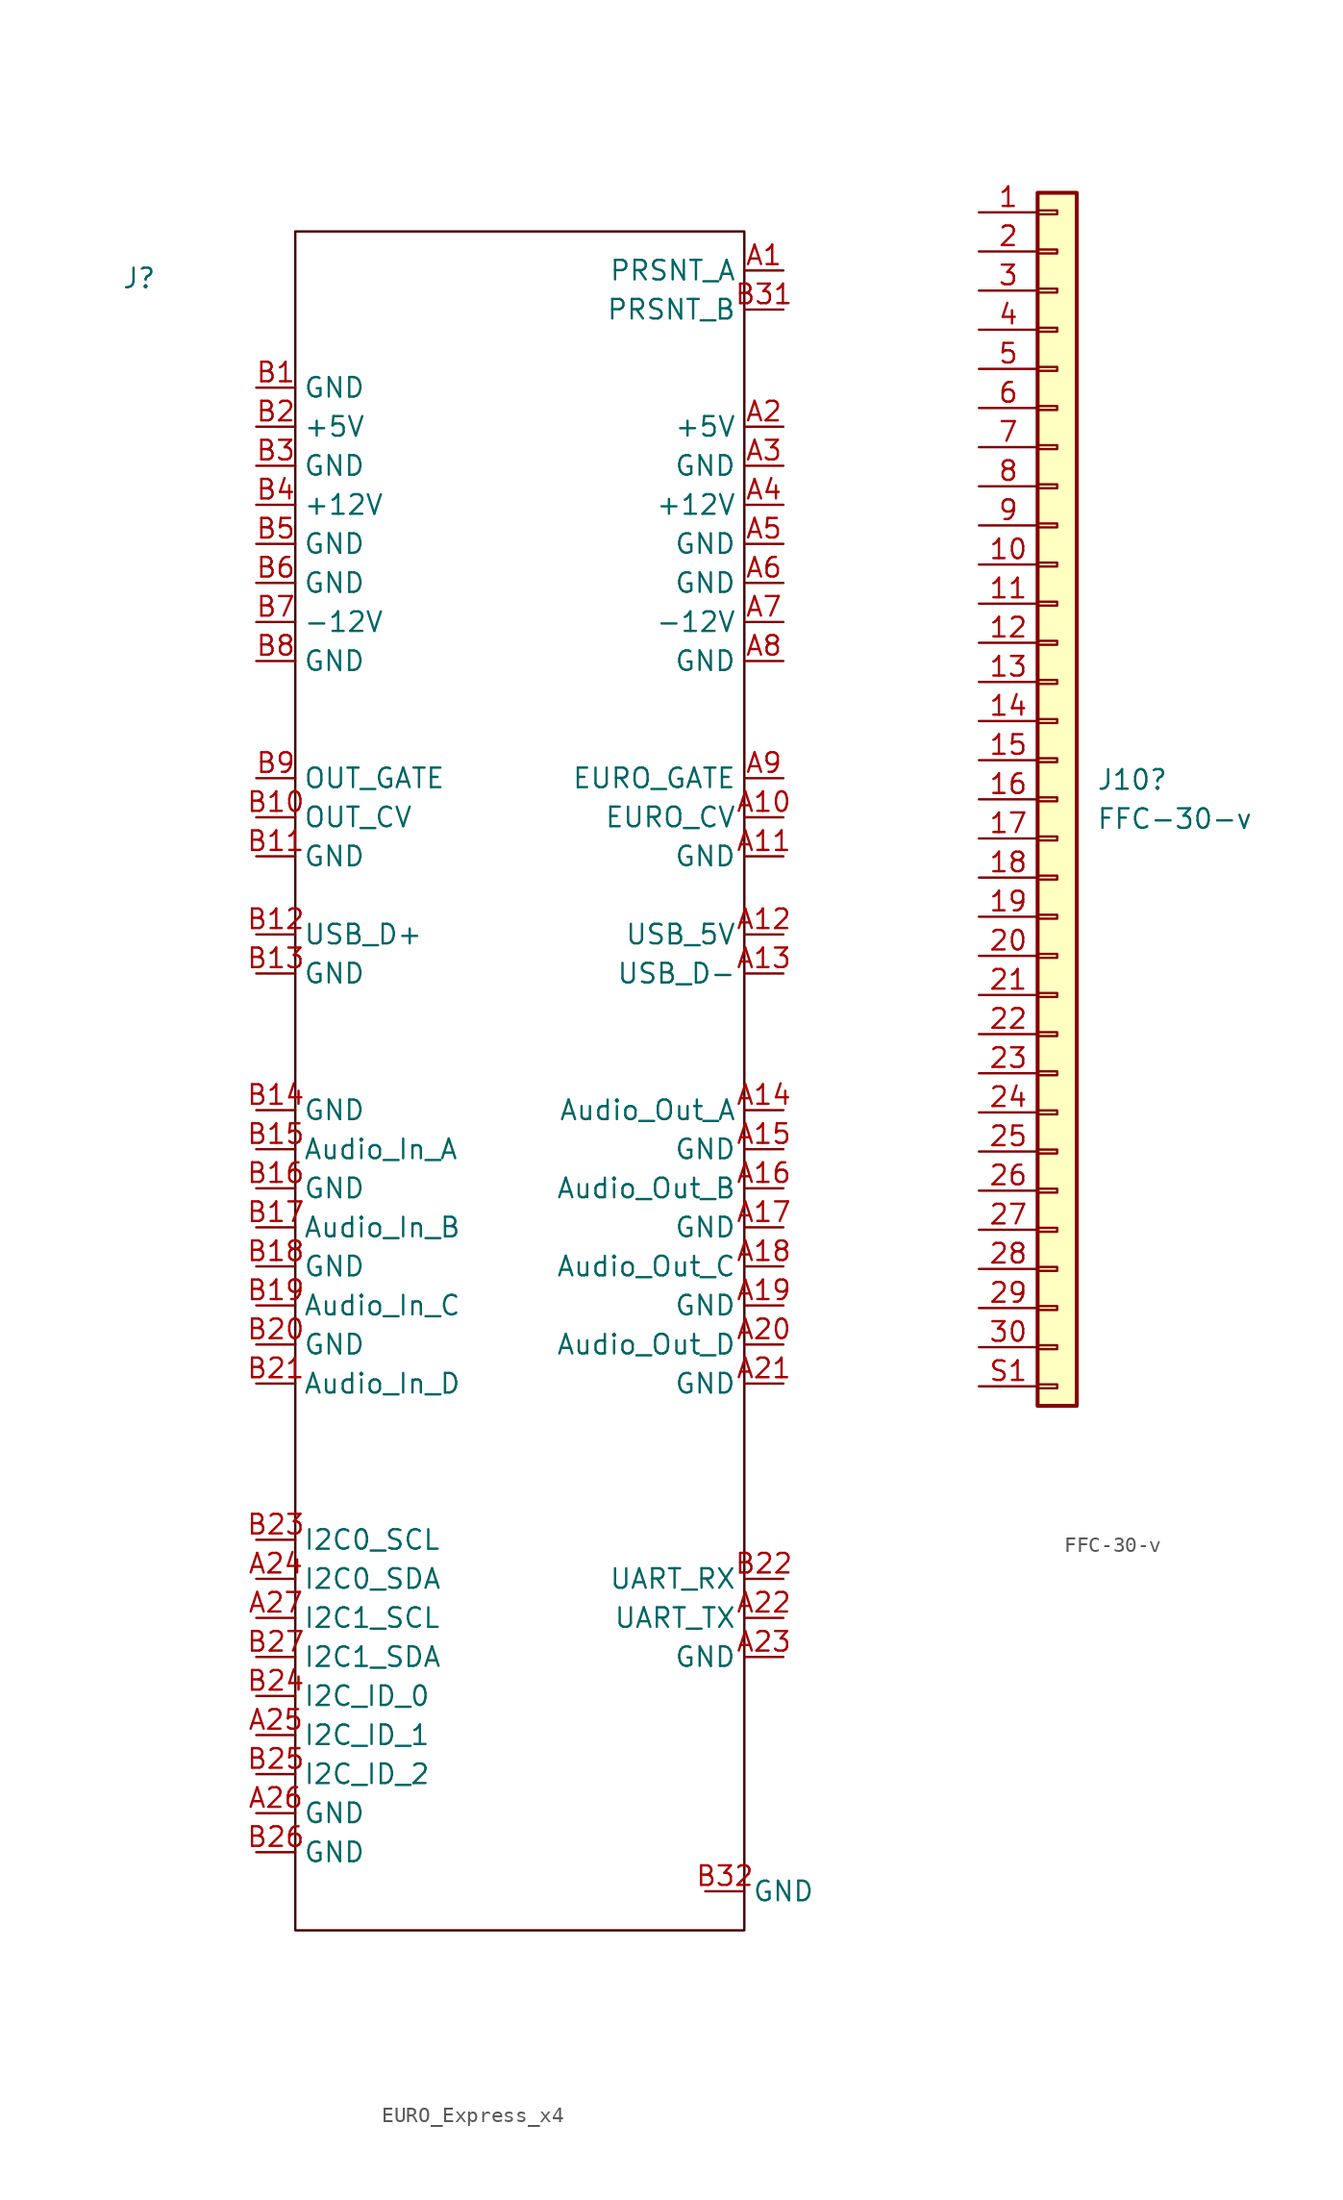
<source format=kicad_sym>
(kicad_symbol_lib
  (version 20231120)
  (generator "kicad_symbol_editor")
  (generator_version "8.0")
  (symbol "EURO_Express_x4"
    (property "Reference" "J"
      (at 1.27 2.032 0)
      (effects (font (size 1.27 1.27))))
    (property "Value" ""
      (at 43.18 -5.08 0)
      (effects (font (size 1.27 1.27))))
    (symbol "EURO_Express_x4_0_0"
      (pin passive line (at 43.18 2.54 180) (length 2.54) (name "PRSNT_A" (effects (font (size 1.27 1.27)))) (number "A1" (effects (font (size 1.27 1.27)))))
      (pin bidirectional line (at 43.18 -33.02 180) (length 2.54) (name "EURO_CV" (effects (font (size 1.27 1.27)))) (number "A10" (effects (font (size 1.27 1.27)))))
      (pin passive line (at 43.18 -35.56 180) (length 2.54) (name "GND" (effects (font (size 1.27 1.27)))) (number "A11" (effects (font (size 1.27 1.27)))))
      (pin power_out line (at 43.18 -40.64 180) (length 2.54) (name "USB_5V" (effects (font (size 1.27 1.27)))) (number "A12" (effects (font (size 1.27 1.27)))))
      (pin bidirectional line (at 43.18 -43.18 180) (length 2.54) (name "USB_D-" (effects (font (size 1.27 1.27)))) (number "A13" (effects (font (size 1.27 1.27)))))
      (pin bidirectional line (at 43.18 -52.07 180) (length 2.54) (name "Audio_Out_A" (effects (font (size 1.27 1.27)))) (number "A14" (effects (font (size 1.27 1.27)))))
      (pin passive line (at 43.18 -54.61 180) (length 2.54) (name "GND" (effects (font (size 1.27 1.27)))) (number "A15" (effects (font (size 1.27 1.27)))))
      (pin bidirectional line (at 43.18 -57.15 180) (length 2.54) (name "Audio_Out_B" (effects (font (size 1.27 1.27)))) (number "A16" (effects (font (size 1.27 1.27)))))
      (pin passive line (at 43.18 -59.69 180) (length 2.54) (name "GND" (effects (font (size 1.27 1.27)))) (number "A17" (effects (font (size 1.27 1.27)))))
      (pin bidirectional line (at 43.18 -62.23 180) (length 2.54) (name "Audio_Out_C" (effects (font (size 1.27 1.27)))) (number "A18" (effects (font (size 1.27 1.27)))))
      (pin passive line (at 43.18 -64.77 180) (length 2.54) (name "GND" (effects (font (size 1.27 1.27)))) (number "A19" (effects (font (size 1.27 1.27)))))
      (pin power_in line (at 43.18 -7.62 180) (length 2.54) (name "+5V" (effects (font (size 1.27 1.27)))) (number "A2" (effects (font (size 1.27 1.27)))))
      (pin bidirectional line (at 43.18 -67.31 180) (length 2.54) (name "Audio_Out_D" (effects (font (size 1.27 1.27)))) (number "A20" (effects (font (size 1.27 1.27)))))
      (pin passive line (at 43.18 -69.85 180) (length 2.54) (name "GND" (effects (font (size 1.27 1.27)))) (number "A21" (effects (font (size 1.27 1.27)))))
      (pin passive line (at 43.18 -87.63 180) (length 2.54) (name "GND" (effects (font (size 1.27 1.27)))) (number "A23" (effects (font (size 1.27 1.27)))))
      (pin passive line (at 8.89 -97.79 0) (length 2.54) (name "GND" (effects (font (size 1.27 1.27)))) (number "A26" (effects (font (size 1.27 1.27)))))
      (pin passive line (at 43.18 -10.16 180) (length 2.54) (name "GND" (effects (font (size 1.27 1.27)))) (number "A3" (effects (font (size 1.27 1.27)))))
      (pin power_in line (at 43.18 -12.7 180) (length 2.54) (name "+12V" (effects (font (size 1.27 1.27)))) (number "A4" (effects (font (size 1.27 1.27)))))
      (pin passive line (at 43.18 -15.24 180) (length 2.54) (name "GND" (effects (font (size 1.27 1.27)))) (number "A5" (effects (font (size 1.27 1.27)))))
      (pin passive line (at 43.18 -17.78 180) (length 2.54) (name "GND" (effects (font (size 1.27 1.27)))) (number "A6" (effects (font (size 1.27 1.27)))))
      (pin power_in line (at 43.18 -20.32 180) (length 2.54) (name "-12V" (effects (font (size 1.27 1.27)))) (number "A7" (effects (font (size 1.27 1.27)))))
      (pin passive line (at 43.18 -22.86 180) (length 2.54) (name "GND" (effects (font (size 1.27 1.27)))) (number "A8" (effects (font (size 1.27 1.27)))))
      (pin bidirectional line (at 43.18 -30.48 180) (length 2.54) (name "EURO_GATE" (effects (font (size 1.27 1.27)))) (number "A9" (effects (font (size 1.27 1.27)))))
      (pin passive line (at 8.89 -5.08 0) (length 2.54) (name "GND" (effects (font (size 1.27 1.27)))) (number "B1" (effects (font (size 1.27 1.27)))))
      (pin bidirectional line (at 8.89 -33.02 0) (length 2.54) (name "OUT_CV" (effects (font (size 1.27 1.27)))) (number "B10" (effects (font (size 1.27 1.27)))))
      (pin passive line (at 8.89 -35.56 0) (length 2.54) (name "GND" (effects (font (size 1.27 1.27)))) (number "B11" (effects (font (size 1.27 1.27)))))
      (pin bidirectional line (at 8.89 -40.64 0) (length 2.54) (name "USB_D+" (effects (font (size 1.27 1.27)))) (number "B12" (effects (font (size 1.27 1.27)))))
      (pin passive line (at 8.89 -43.18 0) (length 2.54) (name "GND" (effects (font (size 1.27 1.27)))) (number "B13" (effects (font (size 1.27 1.27)))))
      (pin passive line (at 8.89 -52.07 0) (length 2.54) (name "GND" (effects (font (size 1.27 1.27)))) (number "B14" (effects (font (size 1.27 1.27)))))
      (pin bidirectional line (at 8.89 -54.61 0) (length 2.54) (name "Audio_In_A" (effects (font (size 1.27 1.27)))) (number "B15" (effects (font (size 1.27 1.27)))))
      (pin passive line (at 8.89 -57.15 0) (length 2.54) (name "GND" (effects (font (size 1.27 1.27)))) (number "B16" (effects (font (size 1.27 1.27)))))
      (pin bidirectional line (at 8.89 -59.69 0) (length 2.54) (name "Audio_In_B" (effects (font (size 1.27 1.27)))) (number "B17" (effects (font (size 1.27 1.27)))))
      (pin passive line (at 8.89 -62.23 0) (length 2.54) (name "GND" (effects (font (size 1.27 1.27)))) (number "B18" (effects (font (size 1.27 1.27)))))
      (pin bidirectional line (at 8.89 -64.77 0) (length 2.54) (name "Audio_In_C" (effects (font (size 1.27 1.27)))) (number "B19" (effects (font (size 1.27 1.27)))))
      (pin power_in line (at 8.89 -7.62 0) (length 2.54) (name "+5V" (effects (font (size 1.27 1.27)))) (number "B2" (effects (font (size 1.27 1.27)))))
      (pin passive line (at 8.89 -67.31 0) (length 2.54) (name "GND" (effects (font (size 1.27 1.27)))) (number "B20" (effects (font (size 1.27 1.27)))))
      (pin bidirectional line (at 8.89 -69.85 0) (length 2.54) (name "Audio_In_D" (effects (font (size 1.27 1.27)))) (number "B21" (effects (font (size 1.27 1.27)))))
      (pin passive line (at 8.89 -100.33 0) (length 2.54) (name "GND" (effects (font (size 1.27 1.27)))) (number "B26" (effects (font (size 1.27 1.27)))))
      (pin passive line (at 8.89 -10.16 0) (length 2.54) (name "GND" (effects (font (size 1.27 1.27)))) (number "B3" (effects (font (size 1.27 1.27)))))
      (pin passive line (at 38.1 -102.87 0) (length 2.54) (name "GND" (effects (font (size 1.27 1.27)))) (number "B32" (effects (font (size 1.27 1.27)))))
      (pin power_in line (at 8.89 -12.7 0) (length 2.54) (name "+12V" (effects (font (size 1.27 1.27)))) (number "B4" (effects (font (size 1.27 1.27)))))
      (pin passive line (at 8.89 -15.24 0) (length 2.54) (name "GND" (effects (font (size 1.27 1.27)))) (number "B5" (effects (font (size 1.27 1.27)))))
      (pin passive line (at 8.89 -17.78 0) (length 2.54) (name "GND" (effects (font (size 1.27 1.27)))) (number "B6" (effects (font (size 1.27 1.27)))))
      (pin power_in line (at 8.89 -20.32 0) (length 2.54) (name "-12V" (effects (font (size 1.27 1.27)))) (number "B7" (effects (font (size 1.27 1.27)))))
      (pin passive line (at 8.89 -22.86 0) (length 2.54) (name "GND" (effects (font (size 1.27 1.27)))) (number "B8" (effects (font (size 1.27 1.27)))))
      (pin bidirectional line (at 8.89 -30.48 0) (length 2.54) (name "OUT_GATE" (effects (font (size 1.27 1.27)))) (number "B9" (effects (font (size 1.27 1.27))))))
    (symbol "EURO_Express_x4_1_1"
      (rectangle (start 11.43 5.08) (end 40.64 -105.41) (stroke (width 0) (type default) (color 72 0 0 1)) (fill (type none)))
      (pin output line (at 43.18 -85.09 180) (length 2.54) (name "UART_TX" (effects (font (size 1.27 1.27)))) (number "A22" (effects (font (size 1.27 1.27)))))
      (pin bidirectional line (at 8.89 -82.55 0) (length 2.54) (name "I2C0_SDA" (effects (font (size 1.27 1.27)))) (number "A24" (effects (font (size 1.27 1.27)))))
      (pin bidirectional line (at 8.89 -92.71 0) (length 2.54) (name "I2C_ID_1" (effects (font (size 1.27 1.27)))) (number "A25" (effects (font (size 1.27 1.27)))))
      (pin bidirectional line (at 8.89 -85.09 0) (length 2.54) (name "I2C1_SCL" (effects (font (size 1.27 1.27)))) (number "A27" (effects (font (size 1.27 1.27)))))
      (pin input line (at 43.18 -82.55 180) (length 2.54) (name "UART_RX" (effects (font (size 1.27 1.27)))) (number "B22" (effects (font (size 1.27 1.27)))))
      (pin bidirectional line (at 8.89 -80.01 0) (length 2.54) (name "I2C0_SCL" (effects (font (size 1.27 1.27)))) (number "B23" (effects (font (size 1.27 1.27)))))
      (pin bidirectional line (at 8.89 -90.17 0) (length 2.54) (name "I2C_ID_0" (effects (font (size 1.27 1.27)))) (number "B24" (effects (font (size 1.27 1.27)))))
      (pin bidirectional line (at 8.89 -95.25 0) (length 2.54) (name "I2C_ID_2" (effects (font (size 1.27 1.27)))) (number "B25" (effects (font (size 1.27 1.27)))))
      (pin bidirectional line (at 8.89 -87.63 0) (length 2.54) (name "I2C1_SDA" (effects (font (size 1.27 1.27)))) (number "B27" (effects (font (size 1.27 1.27)))))
      (pin passive line (at 43.18 0 180) (length 2.54) (name "PRSNT_B" (effects (font (size 1.27 1.27)))) (number "B31" (effects (font (size 1.27 1.27)))))))
  (symbol "FFC-30-v"
    (pin_names
      (offset 1.016) hide)
    (property "Reference" "J10"
      (at 2.54 1.27 0)
      (effects (font (size 1.27 1.27)) (justify left)))
    (property "Value" "FFC-30-v"
      (at 2.54 -1.27 0)
      (effects (font (size 1.27 1.27)) (justify left)))
    (symbol "FFC-30-v_1_1"
      (rectangle (start -1.27 -37.973) (end 0 -38.227) (stroke (width 0.152) (type default)) (fill (type none)))
      (rectangle (start -1.27 -35.433) (end 0 -35.687) (stroke (width 0.152) (type default)) (fill (type none)))
      (rectangle (start -1.27 -32.893) (end 0 -33.147) (stroke (width 0.152) (type default)) (fill (type none)))
      (rectangle (start -1.27 -30.353) (end 0 -30.607) (stroke (width 0.152) (type default)) (fill (type none)))
      (rectangle (start -1.27 -27.813) (end 0 -28.067) (stroke (width 0.152) (type default)) (fill (type none)))
      (rectangle (start -1.27 -25.273) (end 0 -25.527) (stroke (width 0.152) (type default)) (fill (type none)))
      (rectangle (start -1.27 -22.733) (end 0 -22.987) (stroke (width 0.152) (type default)) (fill (type none)))
      (rectangle (start -1.27 -20.193) (end 0 -20.447) (stroke (width 0.152) (type default)) (fill (type none)))
      (rectangle (start -1.27 -17.653) (end 0 -17.907) (stroke (width 0.152) (type default)) (fill (type none)))
      (rectangle (start -1.27 -15.113) (end 0 -15.367) (stroke (width 0.152) (type default)) (fill (type none)))
      (rectangle (start -1.27 -12.573) (end 0 -12.827) (stroke (width 0.152) (type default)) (fill (type none)))
      (rectangle (start -1.27 -10.033) (end 0 -10.287) (stroke (width 0.152) (type default)) (fill (type none)))
      (rectangle (start -1.27 -7.493) (end 0 -7.747) (stroke (width 0.152) (type default)) (fill (type none)))
      (rectangle (start -1.27 -4.953) (end 0 -5.207) (stroke (width 0.152) (type default)) (fill (type none)))
      (rectangle (start -1.27 -2.413) (end 0 -2.667) (stroke (width 0.152) (type default)) (fill (type none)))
      (rectangle (start -1.27 0.127) (end 0 -0.127) (stroke (width 0.152) (type default)) (fill (type none)))
      (rectangle (start -1.27 2.667) (end 0 2.413) (stroke (width 0.152) (type default)) (fill (type none)))
      (rectangle (start -1.27 5.207) (end 0 4.953) (stroke (width 0.152) (type default)) (fill (type none)))
      (rectangle (start -1.27 7.747) (end 0 7.493) (stroke (width 0.152) (type default)) (fill (type none)))
      (rectangle (start -1.27 10.287) (end 0 10.033) (stroke (width 0.152) (type default)) (fill (type none)))
      (rectangle (start -1.27 12.827) (end 0 12.573) (stroke (width 0.152) (type default)) (fill (type none)))
      (rectangle (start -1.27 15.367) (end 0 15.113) (stroke (width 0.152) (type default)) (fill (type none)))
      (rectangle (start -1.27 17.907) (end 0 17.653) (stroke (width 0.152) (type default)) (fill (type none)))
      (rectangle (start -1.27 20.447) (end 0 20.193) (stroke (width 0.152) (type default)) (fill (type none)))
      (rectangle (start -1.27 22.987) (end 0 22.733) (stroke (width 0.152) (type default)) (fill (type none)))
      (rectangle (start -1.27 25.527) (end 0 25.273) (stroke (width 0.152) (type default)) (fill (type none)))
      (rectangle (start -1.27 28.067) (end 0 27.813) (stroke (width 0.152) (type default)) (fill (type none)))
      (rectangle (start -1.27 30.607) (end 0 30.353) (stroke (width 0.152) (type default)) (fill (type none)))
      (rectangle (start -1.27 33.147) (end 0 32.893) (stroke (width 0.152) (type default)) (fill (type none)))
      (rectangle (start -1.27 35.687) (end 0 35.433) (stroke (width 0.152) (type default)) (fill (type none)))
      (rectangle (start -1.27 38.227) (end 0 37.973) (stroke (width 0.152) (type default)) (fill (type none)))
      (rectangle (start -1.27 39.37) (end 1.27 -39.37) (stroke (width 0.254) (type default)) (fill (type background)))
      (pin passive line (at -5.08 38.1 0) (length 3.81) (name "Pin_1" (effects (font (size 1.27 1.27)))) (number "1" (effects (font (size 1.27 1.27)))))
      (pin passive line (at -5.08 15.24 0) (length 3.81) (name "Pin_10" (effects (font (size 1.27 1.27)))) (number "10" (effects (font (size 1.27 1.27)))))
      (pin passive line (at -5.08 12.7 0) (length 3.81) (name "Pin_11" (effects (font (size 1.27 1.27)))) (number "11" (effects (font (size 1.27 1.27)))))
      (pin passive line (at -5.08 10.16 0) (length 3.81) (name "Pin_12" (effects (font (size 1.27 1.27)))) (number "12" (effects (font (size 1.27 1.27)))))
      (pin passive line (at -5.08 7.62 0) (length 3.81) (name "Pin_13" (effects (font (size 1.27 1.27)))) (number "13" (effects (font (size 1.27 1.27)))))
      (pin passive line (at -5.08 5.08 0) (length 3.81) (name "Pin_14" (effects (font (size 1.27 1.27)))) (number "14" (effects (font (size 1.27 1.27)))))
      (pin passive line (at -5.08 2.54 0) (length 3.81) (name "Pin_15" (effects (font (size 1.27 1.27)))) (number "15" (effects (font (size 1.27 1.27)))))
      (pin passive line (at -5.08 0 0) (length 3.81) (name "Pin_16" (effects (font (size 1.27 1.27)))) (number "16" (effects (font (size 1.27 1.27)))))
      (pin passive line (at -5.08 -2.54 0) (length 3.81) (name "Pin_17" (effects (font (size 1.27 1.27)))) (number "17" (effects (font (size 1.27 1.27)))))
      (pin passive line (at -5.08 -5.08 0) (length 3.81) (name "Pin_18" (effects (font (size 1.27 1.27)))) (number "18" (effects (font (size 1.27 1.27)))))
      (pin passive line (at -5.08 -7.62 0) (length 3.81) (name "Pin_19" (effects (font (size 1.27 1.27)))) (number "19" (effects (font (size 1.27 1.27)))))
      (pin passive line (at -5.08 35.56 0) (length 3.81) (name "Pin_2" (effects (font (size 1.27 1.27)))) (number "2" (effects (font (size 1.27 1.27)))))
      (pin passive line (at -5.08 -10.16 0) (length 3.81) (name "Pin_20" (effects (font (size 1.27 1.27)))) (number "20" (effects (font (size 1.27 1.27)))))
      (pin passive line (at -5.08 -12.7 0) (length 3.81) (name "Pin_21" (effects (font (size 1.27 1.27)))) (number "21" (effects (font (size 1.27 1.27)))))
      (pin passive line (at -5.08 -15.24 0) (length 3.81) (name "Pin_22" (effects (font (size 1.27 1.27)))) (number "22" (effects (font (size 1.27 1.27)))))
      (pin passive line (at -5.08 -17.78 0) (length 3.81) (name "Pin_23" (effects (font (size 1.27 1.27)))) (number "23" (effects (font (size 1.27 1.27)))))
      (pin passive line (at -5.08 -20.32 0) (length 3.81) (name "Pin_24" (effects (font (size 1.27 1.27)))) (number "24" (effects (font (size 1.27 1.27)))))
      (pin passive line (at -5.08 -22.86 0) (length 3.81) (name "Pin_25" (effects (font (size 1.27 1.27)))) (number "25" (effects (font (size 1.27 1.27)))))
      (pin passive line (at -5.08 -25.4 0) (length 3.81) (name "Pin_26" (effects (font (size 1.27 1.27)))) (number "26" (effects (font (size 1.27 1.27)))))
      (pin passive line (at -5.08 -27.94 0) (length 3.81) (name "Pin_27" (effects (font (size 1.27 1.27)))) (number "27" (effects (font (size 1.27 1.27)))))
      (pin passive line (at -5.08 -30.48 0) (length 3.81) (name "Pin_28" (effects (font (size 1.27 1.27)))) (number "28" (effects (font (size 1.27 1.27)))))
      (pin passive line (at -5.08 -33.02 0) (length 3.81) (name "Pin_29" (effects (font (size 1.27 1.27)))) (number "29" (effects (font (size 1.27 1.27)))))
      (pin passive line (at -5.08 33.02 0) (length 3.81) (name "Pin_3" (effects (font (size 1.27 1.27)))) (number "3" (effects (font (size 1.27 1.27)))))
      (pin passive line (at -5.08 -35.56 0) (length 3.81) (name "Pin_30" (effects (font (size 1.27 1.27)))) (number "30" (effects (font (size 1.27 1.27)))))
      (pin passive line (at -5.08 30.48 0) (length 3.81) (name "Pin_4" (effects (font (size 1.27 1.27)))) (number "4" (effects (font (size 1.27 1.27)))))
      (pin passive line (at -5.08 27.94 0) (length 3.81) (name "Pin_5" (effects (font (size 1.27 1.27)))) (number "5" (effects (font (size 1.27 1.27)))))
      (pin passive line (at -5.08 25.4 0) (length 3.81) (name "Pin_6" (effects (font (size 1.27 1.27)))) (number "6" (effects (font (size 1.27 1.27)))))
      (pin passive line (at -5.08 22.86 0) (length 3.81) (name "Pin_7" (effects (font (size 1.27 1.27)))) (number "7" (effects (font (size 1.27 1.27)))))
      (pin passive line (at -5.08 20.32 0) (length 3.81) (name "Pin_8" (effects (font (size 1.27 1.27)))) (number "8" (effects (font (size 1.27 1.27)))))
      (pin passive line (at -5.08 17.78 0) (length 3.81) (name "Pin_9" (effects (font (size 1.27 1.27)))) (number "9" (effects (font (size 1.27 1.27)))))
      (pin passive line (at -5.08 -38.1 0) (length 3.81) (name "S1" (effects (font (size 1.27 1.27)))) (number "S1" (effects (font (size 1.27 1.27))))))))
</source>
